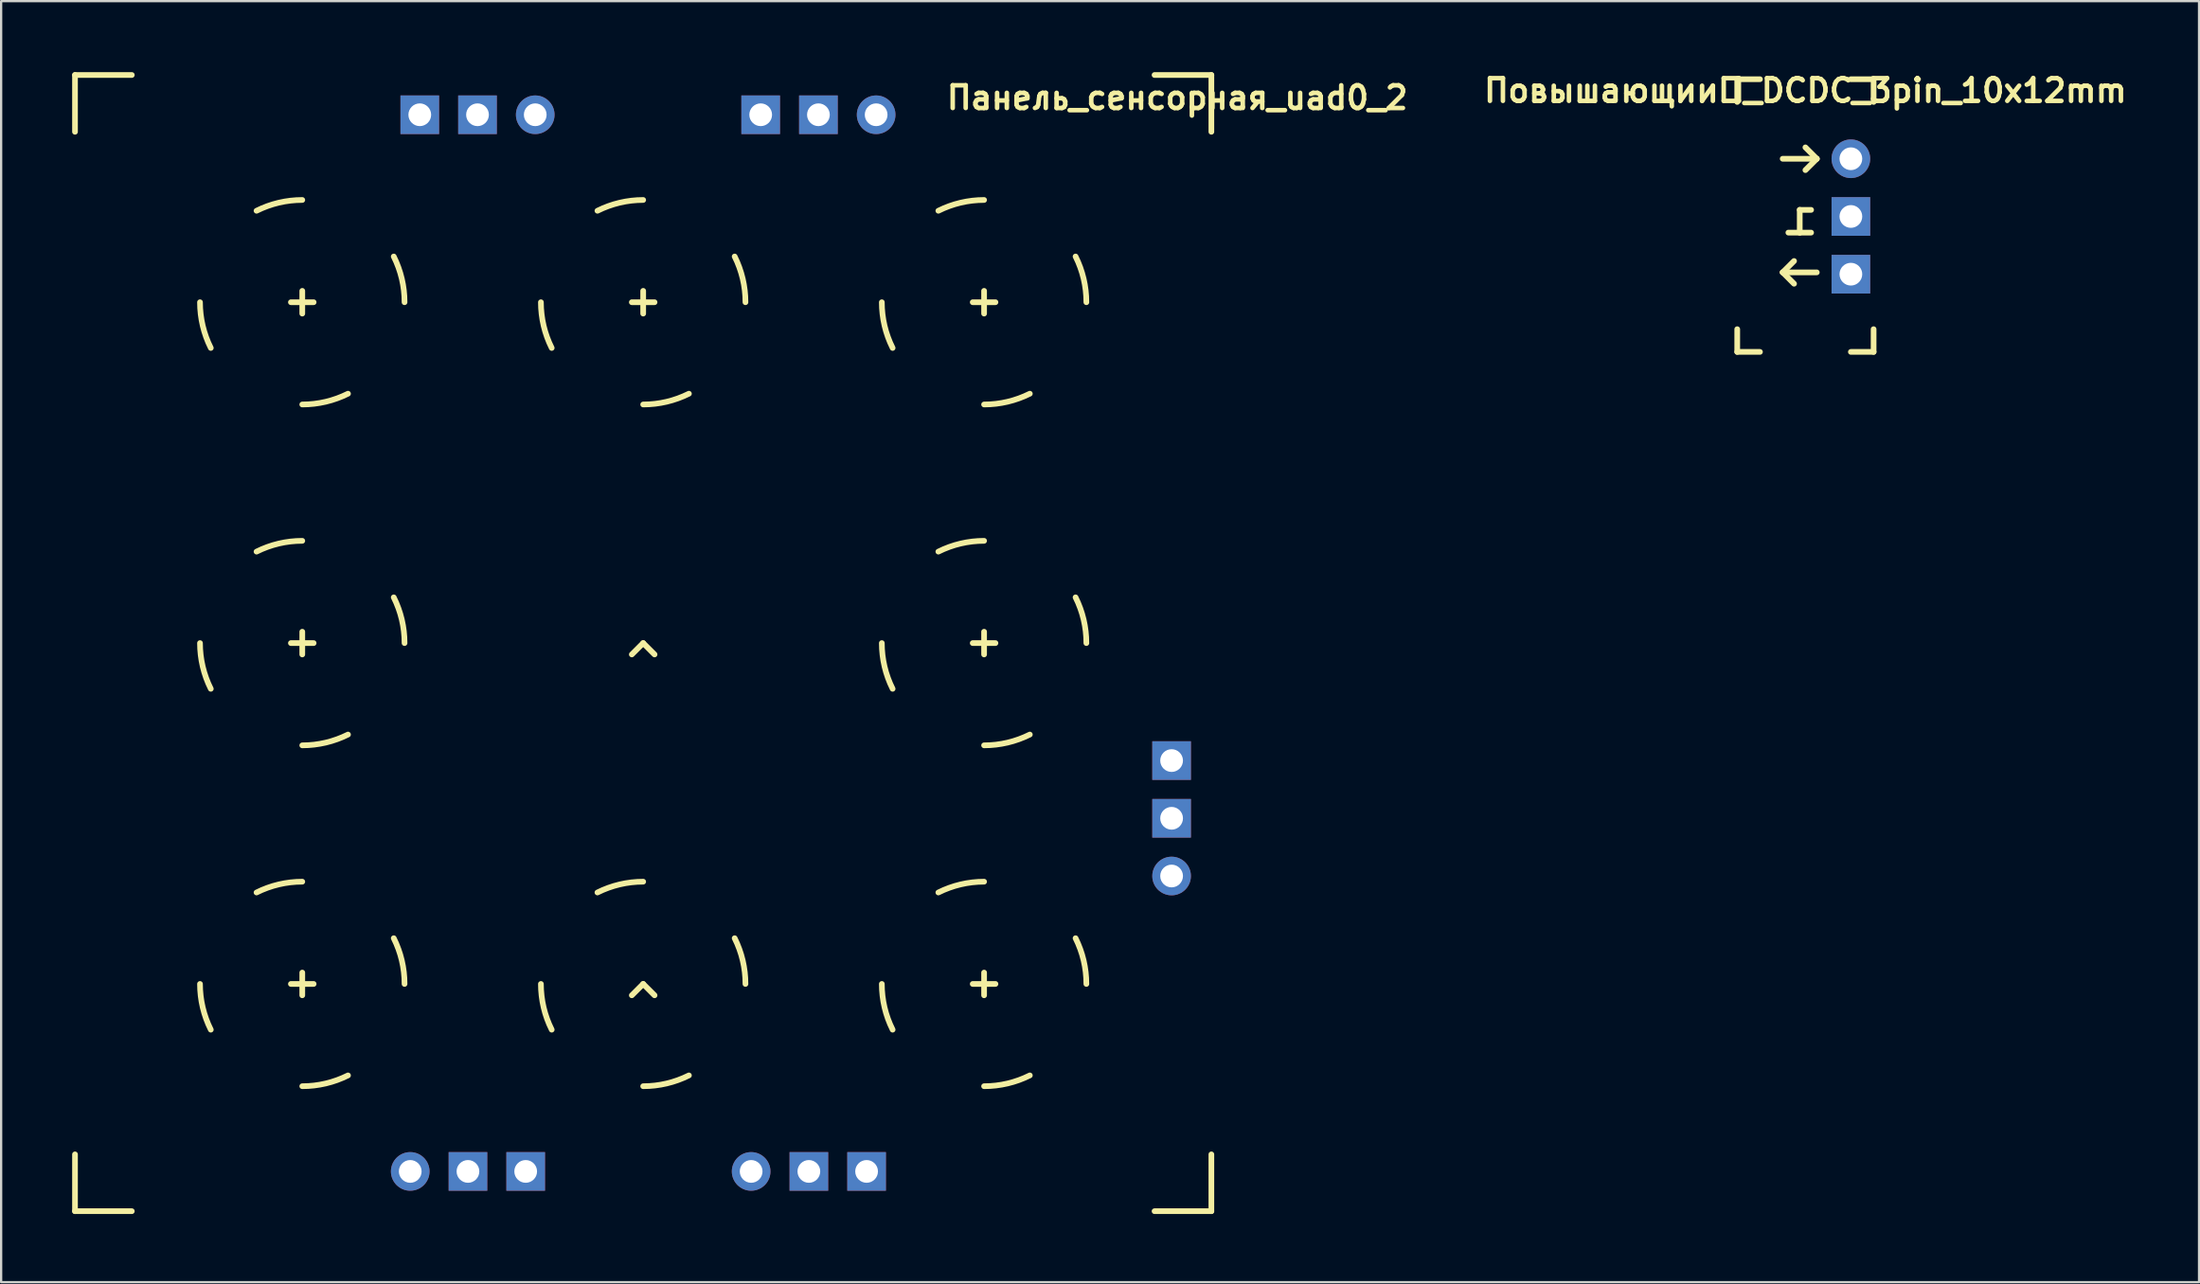
<source format=kicad_pcb>
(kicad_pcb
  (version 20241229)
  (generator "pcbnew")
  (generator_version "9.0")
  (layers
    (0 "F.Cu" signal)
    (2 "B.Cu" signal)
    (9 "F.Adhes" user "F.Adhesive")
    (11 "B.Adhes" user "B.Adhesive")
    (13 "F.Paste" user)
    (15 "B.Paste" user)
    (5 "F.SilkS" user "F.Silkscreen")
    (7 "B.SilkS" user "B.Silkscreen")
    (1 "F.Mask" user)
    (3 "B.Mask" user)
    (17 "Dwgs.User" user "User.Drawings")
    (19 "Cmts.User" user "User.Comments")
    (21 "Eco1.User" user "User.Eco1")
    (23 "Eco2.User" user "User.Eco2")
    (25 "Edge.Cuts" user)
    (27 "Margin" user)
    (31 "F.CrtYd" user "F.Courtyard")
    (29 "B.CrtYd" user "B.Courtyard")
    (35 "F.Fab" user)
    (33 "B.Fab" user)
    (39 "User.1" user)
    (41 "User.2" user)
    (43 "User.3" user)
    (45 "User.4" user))
  (footprint "Панель_сенсорная_uad0_2"
    (layer "F.Cu")
    (at 0.25 0.25)
    (property "Reference" "Панель_сенсорная_uad0_2" (at 48.5 1 0) (layer "F.SilkS") (effects (font (size 1 1) (thickness 0.2))))
    (attr through_hole)
    (fp_line (start 0 0) (end 0 2.5) (stroke (width 0.25) (type solid)) (layer "F.SilkS"))
    (fp_line (start 0 0) (end 2.5 0) (stroke (width 0.25) (type solid)) (layer "F.SilkS"))
    (fp_line (start 0 50) (end 0 47.5) (stroke (width 0.25) (type solid)) (layer "F.SilkS"))
    (fp_line (start 0 50) (end 2.5 50) (stroke (width 0.25) (type solid)) (layer "F.SilkS"))
    (fp_line (start 9.5 10) (end 10.5 10) (stroke (width 0.25) (type solid)) (layer "F.SilkS"))
    (fp_line (start 9.5 25) (end 10.5 25) (stroke (width 0.25) (type solid)) (layer "F.SilkS"))
    (fp_line (start 9.5 40) (end 10.5 40) (stroke (width 0.25) (type solid)) (layer "F.SilkS"))
    (fp_line (start 10 10.5) (end 10 9.5) (stroke (width 0.25) (type solid)) (layer "F.SilkS"))
    (fp_line (start 10 25.5) (end 10 24.5) (stroke (width 0.25) (type solid)) (layer "F.SilkS"))
    (fp_line (start 10 40.5) (end 10 39.5) (stroke (width 0.25) (type solid)) (layer "F.SilkS"))
    (fp_line (start 24.5 10) (end 25.5 10) (stroke (width 0.25) (type solid)) (layer "F.SilkS"))
    (fp_line (start 25 10.5) (end 25 9.5) (stroke (width 0.25) (type solid)) (layer "F.SilkS"))
    (fp_line (start 25 25) (end 24.5 25.5) (stroke (width 0.25) (type solid)) (layer "F.SilkS"))
    (fp_line (start 25 25) (end 25.5 25.5) (stroke (width 0.25) (type solid)) (layer "F.SilkS"))
    (fp_line (start 25 40) (end 24.5 40.5) (stroke (width 0.25) (type solid)) (layer "F.SilkS"))
    (fp_line (start 25 40) (end 25.5 40.5) (stroke (width 0.25) (type solid)) (layer "F.SilkS"))
    (fp_line (start 39.5 10) (end 40.5 10) (stroke (width 0.25) (type solid)) (layer "F.SilkS"))
    (fp_line (start 39.5 25) (end 40.5 25) (stroke (width 0.25) (type solid)) (layer "F.SilkS"))
    (fp_line (start 39.5 40) (end 40.5 40) (stroke (width 0.25) (type solid)) (layer "F.SilkS"))
    (fp_line (start 40 10.5) (end 40 9.5) (stroke (width 0.25) (type solid)) (layer "F.SilkS"))
    (fp_line (start 40 25.5) (end 40 24.5) (stroke (width 0.25) (type solid)) (layer "F.SilkS"))
    (fp_line (start 40 40.5) (end 40 39.5) (stroke (width 0.25) (type solid)) (layer "F.SilkS"))
    (fp_line (start 50 0) (end 47.5 0) (stroke (width 0.25) (type solid)) (layer "F.SilkS"))
    (fp_line (start 50 0) (end 50 2.5) (stroke (width 0.25) (type solid)) (layer "F.SilkS"))
    (fp_line (start 50 50) (end 47.5 50) (stroke (width 0.25) (type solid)) (layer "F.SilkS"))
    (fp_line (start 50 50) (end 50 47.5) (stroke (width 0.25) (type solid)) (layer "F.SilkS"))
    (fp_arc (start 5.975078 12.012461) (mid 5.62038 11.033888) (end 5.5 10) (stroke (width 0.25) (type solid)) (layer "F.SilkS"))
    (fp_arc (start 5.975078 27.012461) (mid 5.62038 26.033888) (end 5.5 25) (stroke (width 0.25) (type solid)) (layer "F.SilkS"))
    (fp_arc (start 5.975078 42.012461) (mid 5.62038 41.033888) (end 5.5 40) (stroke (width 0.25) (type solid)) (layer "F.SilkS"))
    (fp_arc (start 7.987539 5.975078) (mid 8.966112 5.62038) (end 10 5.5) (stroke (width 0.25) (type solid)) (layer "F.SilkS"))
    (fp_arc (start 7.987539 20.975078) (mid 8.966112 20.62038) (end 10 20.5) (stroke (width 0.25) (type solid)) (layer "F.SilkS"))
    (fp_arc (start 7.987539 35.975078) (mid 8.966112 35.62038) (end 10 35.5) (stroke (width 0.25) (type solid)) (layer "F.SilkS"))
    (fp_arc (start 12.012461 14.024922) (mid 11.033888 14.37962) (end 10 14.5) (stroke (width 0.25) (type solid)) (layer "F.SilkS"))
    (fp_arc (start 12.012461 29.024922) (mid 11.033888 29.37962) (end 10 29.5) (stroke (width 0.25) (type solid)) (layer "F.SilkS"))
    (fp_arc (start 12.012461 44.024922) (mid 11.033888 44.37962) (end 10 44.5) (stroke (width 0.25) (type solid)) (layer "F.SilkS"))
    (fp_arc (start 14.024922 7.987539) (mid 14.37962 8.966112) (end 14.5 10) (stroke (width 0.25) (type solid)) (layer "F.SilkS"))
    (fp_arc (start 14.024922 22.987539) (mid 14.37962 23.966112) (end 14.5 25) (stroke (width 0.25) (type solid)) (layer "F.SilkS"))
    (fp_arc (start 14.024922 37.987539) (mid 14.37962 38.966112) (end 14.5 40) (stroke (width 0.25) (type solid)) (layer "F.SilkS"))
    (fp_arc (start 20.975078 12.012461) (mid 20.62038 11.033888) (end 20.5 10) (stroke (width 0.25) (type solid)) (layer "F.SilkS"))
    (fp_arc (start 20.975078 42.012461) (mid 20.62038 41.033888) (end 20.5 40) (stroke (width 0.25) (type solid)) (layer "F.SilkS"))
    (fp_arc (start 22.987539 5.975078) (mid 23.966112 5.62038) (end 25 5.5) (stroke (width 0.25) (type solid)) (layer "F.SilkS"))
    (fp_arc (start 22.987539 35.975078) (mid 23.966112 35.62038) (end 25 35.5) (stroke (width 0.25) (type solid)) (layer "F.SilkS"))
    (fp_arc (start 27.012461 14.024922) (mid 26.033888 14.37962) (end 25 14.5) (stroke (width 0.25) (type solid)) (layer "F.SilkS"))
    (fp_arc (start 27.012461 44.024922) (mid 26.033888 44.37962) (end 25 44.5) (stroke (width 0.25) (type solid)) (layer "F.SilkS"))
    (fp_arc (start 29.024922 7.987539) (mid 29.37962 8.966112) (end 29.5 10) (stroke (width 0.25) (type solid)) (layer "F.SilkS"))
    (fp_arc (start 29.024922 37.987539) (mid 29.37962 38.966112) (end 29.5 40) (stroke (width 0.25) (type solid)) (layer "F.SilkS"))
    (fp_arc (start 35.975078 12.012461) (mid 35.62038 11.033888) (end 35.5 10) (stroke (width 0.25) (type solid)) (layer "F.SilkS"))
    (fp_arc (start 35.975078 27.012461) (mid 35.62038 26.033888) (end 35.5 25) (stroke (width 0.25) (type solid)) (layer "F.SilkS"))
    (fp_arc (start 35.975078 42.012461) (mid 35.62038 41.033888) (end 35.5 40) (stroke (width 0.25) (type solid)) (layer "F.SilkS"))
    (fp_arc (start 37.987539 5.975078) (mid 38.966112 5.62038) (end 40 5.5) (stroke (width 0.25) (type solid)) (layer "F.SilkS"))
    (fp_arc (start 37.987539 20.975078) (mid 38.966112 20.62038) (end 40 20.5) (stroke (width 0.25) (type solid)) (layer "F.SilkS"))
    (fp_arc (start 37.987539 35.975078) (mid 38.966112 35.62038) (end 40 35.5) (stroke (width 0.25) (type solid)) (layer "F.SilkS"))
    (fp_arc (start 42.012461 14.024922) (mid 41.033888 14.37962) (end 40 14.5) (stroke (width 0.25) (type solid)) (layer "F.SilkS"))
    (fp_arc (start 42.012461 29.024922) (mid 41.033888 29.37962) (end 40 29.5) (stroke (width 0.25) (type solid)) (layer "F.SilkS"))
    (fp_arc (start 42.012461 44.024922) (mid 41.033888 44.37962) (end 40 44.5) (stroke (width 0.25) (type solid)) (layer "F.SilkS"))
    (fp_arc (start 44.024922 7.987539) (mid 44.37962 8.966112) (end 44.5 10) (stroke (width 0.25) (type solid)) (layer "F.SilkS"))
    (fp_arc (start 44.024922 22.987539) (mid 44.37962 23.966112) (end 44.5 25) (stroke (width 0.25) (type solid)) (layer "F.SilkS"))
    (fp_arc (start 44.024922 37.987539) (mid 44.37962 38.966112) (end 44.5 40) (stroke (width 0.25) (type solid)) (layer "F.SilkS"))
    (pad "1" thru_hole circle (at 14.75 48.25) (size 1.7 1.7) (drill 1) (layers "*.Cu" "*.Mask"))
    (pad "2" thru_hole rect (at 17.29 48.25) (size 1.7 1.7) (drill 1) (layers "*.Cu" "*.Mask"))
    (pad "3" thru_hole rect (at 19.83 48.25) (size 1.7 1.7) (drill 1) (layers "*.Cu" "*.Mask"))
    (pad "4" thru_hole circle (at 29.75 48.25) (size 1.7 1.7) (drill 1) (layers "*.Cu" "*.Mask"))
    (pad "5" thru_hole rect (at 32.29 48.25) (size 1.7 1.7) (drill 1) (layers "*.Cu" "*.Mask"))
    (pad "6" thru_hole rect (at 34.83 48.25) (size 1.7 1.7) (drill 1) (layers "*.Cu" "*.Mask"))
    (pad "7" thru_hole circle (at 20.25 1.75) (size 1.7 1.7) (drill 1) (layers "*.Cu" "*.Mask"))
    (pad "8" thru_hole rect (at 17.71 1.75) (size 1.7 1.7) (drill 1) (layers "*.Cu" "*.Mask"))
    (pad "9" thru_hole rect (at 15.17 1.75) (size 1.7 1.7) (drill 1) (layers "*.Cu" "*.Mask"))
    (pad "10" thru_hole circle (at 35.25 1.75) (size 1.7 1.7) (drill 1) (layers "*.Cu" "*.Mask"))
    (pad "11" thru_hole rect (at 32.71 1.75) (size 1.7 1.7) (drill 1) (layers "*.Cu" "*.Mask"))
    (pad "12" thru_hole rect (at 30.17 1.75) (size 1.7 1.7) (drill 1) (layers "*.Cu" "*.Mask"))
    (pad "13" thru_hole circle (at 48.25 35.25) (size 1.7 1.7) (drill 1) (layers "*.Cu" "*.Mask"))
    (pad "14" thru_hole rect (at 48.25 32.71) (size 1.7 1.7) (drill 1) (layers "*.Cu" "*.Mask"))
    (pad "15" thru_hole rect (at 48.25 30.17) (size 1.7 1.7) (drill 1) (layers "*.Cu" "*.Mask")))
  (footprint "Повышающий_DCDC_3pin_10x12mm"
    (layer "F.Cu")
    (at 78.388 3.936)
    (property "Reference" "Повышающий_DCDC_3pin_10x12mm" (at -2 -3 0) (layer "F.SilkS") (effects (font (size 1 1) (thickness 0.2))))
    (attr through_hole)
    (fp_line (start -5 -3.5) (end -5 -2.5) (stroke (width 0.25) (type solid)) (layer "F.SilkS"))
    (fp_line (start -5 8.5) (end -5 7.5) (stroke (width 0.25) (type solid)) (layer "F.SilkS"))
    (fp_line (start -5 8.5) (end -4 8.5) (stroke (width 0.25) (type solid)) (layer "F.SilkS"))
    (fp_line (start -4 -3.5) (end -5 -3.5) (stroke (width 0.25) (type solid)) (layer "F.SilkS"))
    (fp_line (start -3 5) (end -2.5 4.5) (stroke (width 0.25) (type solid)) (layer "F.SilkS"))
    (fp_line (start -3 5) (end -2.5 5.5) (stroke (width 0.25) (type solid)) (layer "F.SilkS"))
    (fp_line (start -2.25 2.25) (end -2.25 3.25) (stroke (width 0.25) (type solid)) (layer "F.SilkS"))
    (fp_line (start -2.25 3.25) (end -2.75 3.25) (stroke (width 0.25) (type solid)) (layer "F.SilkS"))
    (fp_line (start -2.25 3.25) (end -1.75 3.25) (stroke (width 0.25) (type solid)) (layer "F.SilkS"))
    (fp_line (start -2 -0.5) (end -1.5 0) (stroke (width 0.25) (type solid)) (layer "F.SilkS"))
    (fp_line (start -1.75 2.25) (end -2.25 2.25) (stroke (width 0.25) (type solid)) (layer "F.SilkS"))
    (fp_line (start -1.5 0) (end -3 0) (stroke (width 0.25) (type solid)) (layer "F.SilkS"))
    (fp_line (start -1.5 0) (end -2 0.5) (stroke (width 0.25) (type solid)) (layer "F.SilkS"))
    (fp_line (start -1.5 5) (end -3 5) (stroke (width 0.25) (type solid)) (layer "F.SilkS"))
    (fp_line (start 0 -3.5) (end 1 -3.5) (stroke (width 0.25) (type solid)) (layer "F.SilkS"))
    (fp_line (start 0 8.5) (end 1 8.5) (stroke (width 0.25) (type solid)) (layer "F.SilkS"))
    (fp_line (start 1 -2.5) (end 1 -3.5) (stroke (width 0.25) (type solid)) (layer "F.SilkS"))
    (fp_line (start 1 8.5) (end 1 7.5) (stroke (width 0.25) (type solid)) (layer "F.SilkS"))
    (pad "1" thru_hole circle (at 0 0) (size 1.7 1.7) (drill 1) (layers "*.Cu" "*.Mask"))
    (pad "2" thru_hole rect (at 0 2.54) (size 1.7 1.7) (drill 1) (layers "*.Cu" "*.Mask"))
    (pad "3" thru_hole rect (at 0 5.08) (size 1.7 1.7) (drill 1) (layers "*.Cu" "*.Mask")))
  (gr_rect
    (start -3 -3)
    (end 93.707 53.375)
    (stroke (width 0.1) (type default))
    (fill no)
    (layer "Edge.Cuts")))
</source>
